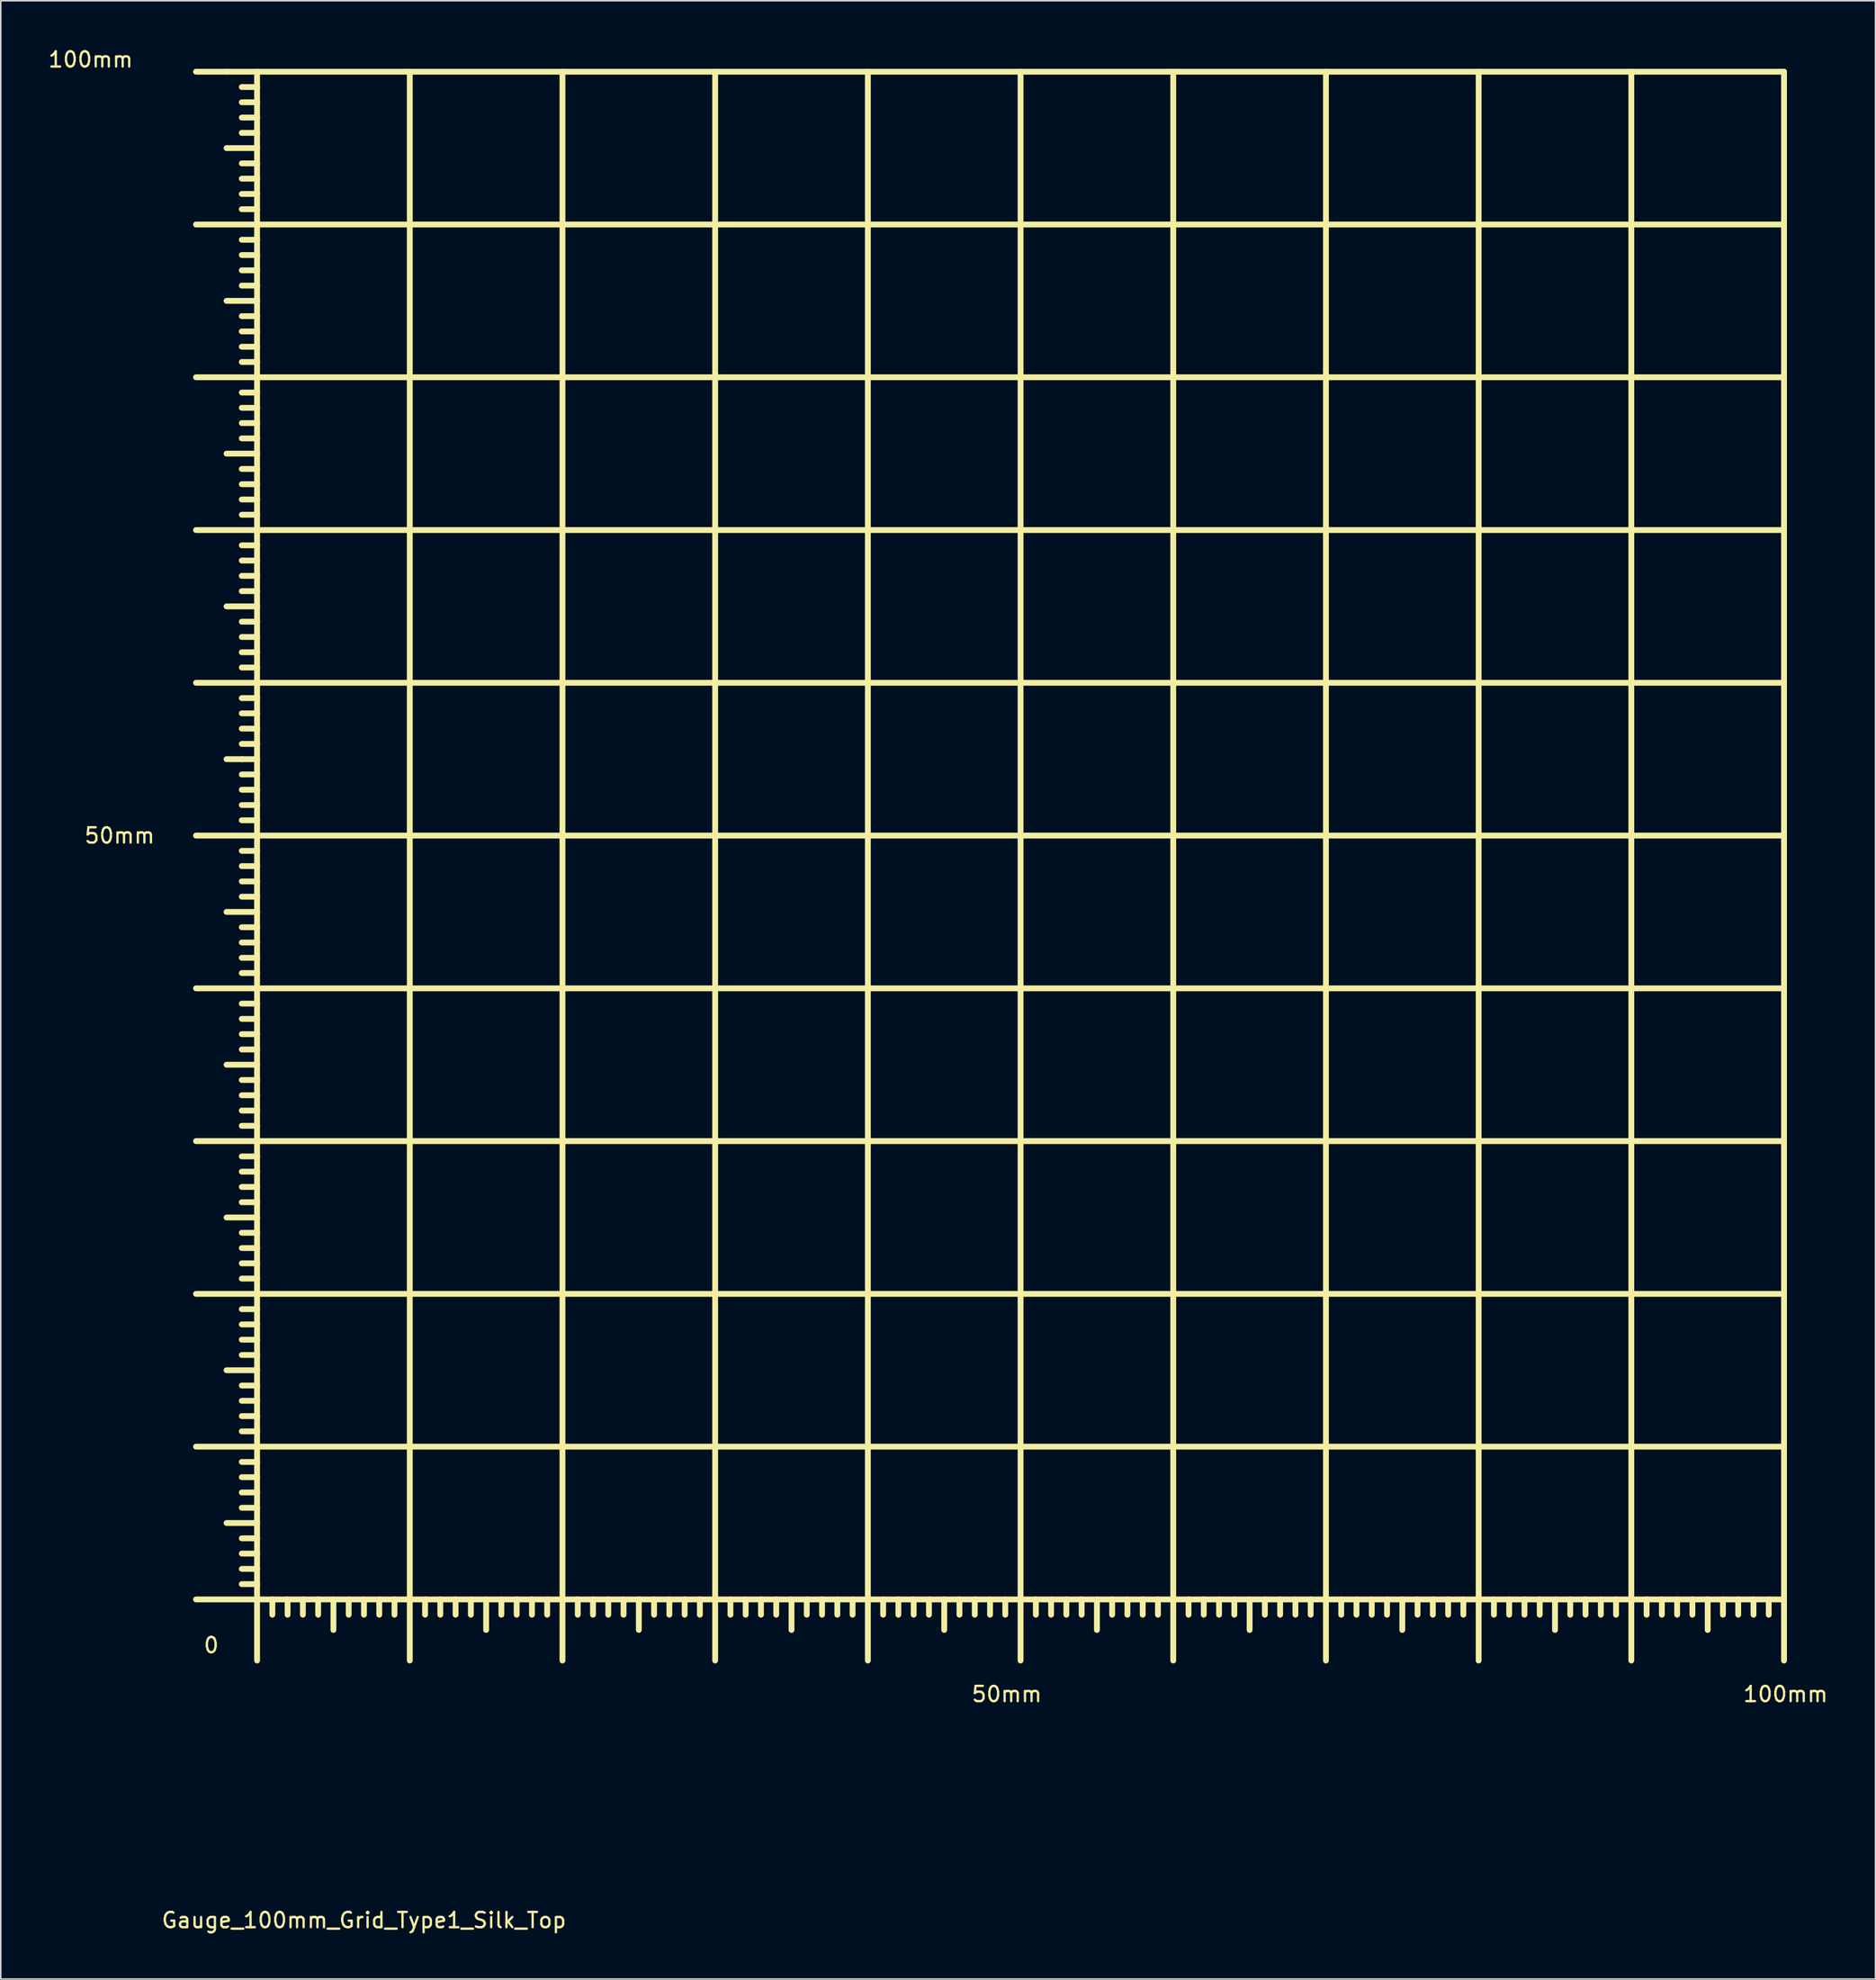
<source format=kicad_pcb>
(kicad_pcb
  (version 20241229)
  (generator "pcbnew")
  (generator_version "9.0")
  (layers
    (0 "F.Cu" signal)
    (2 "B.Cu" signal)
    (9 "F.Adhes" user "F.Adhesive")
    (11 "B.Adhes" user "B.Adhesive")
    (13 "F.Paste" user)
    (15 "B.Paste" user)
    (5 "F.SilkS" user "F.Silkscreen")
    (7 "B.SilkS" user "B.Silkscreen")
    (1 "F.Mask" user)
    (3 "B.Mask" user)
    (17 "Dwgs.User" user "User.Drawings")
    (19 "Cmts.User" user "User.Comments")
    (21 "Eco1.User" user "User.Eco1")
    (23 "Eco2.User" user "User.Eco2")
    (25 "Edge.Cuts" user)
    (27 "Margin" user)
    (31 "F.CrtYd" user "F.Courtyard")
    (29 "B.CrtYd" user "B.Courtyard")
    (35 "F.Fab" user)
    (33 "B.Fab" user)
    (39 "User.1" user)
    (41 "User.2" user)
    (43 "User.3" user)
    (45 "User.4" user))
  (footprint "Gauge_100mm_Grid_Type1_Silk_Top"
    (layer "F.Cu")
    (at 13.786 101.646)
    (property "Reference" "Gauge_100mm_Grid_Type1_Silk_Top" (at 7 21.001 0) (layer "F.SilkS") (effects (font (size 1 1) (thickness 0.15))))
    (attr through_hole)
    (fp_line (start -1.999 -100) (end -4 -100) (stroke (width 0.381) (type solid)) (layer "F.SilkS"))
    (fp_line (start -1.001 -55.001) (end -1.999 -55.001) (stroke (width 0.381) (type solid)) (layer "F.SilkS"))
    (fp_line (start 0 -100) (end -1.999 -100) (stroke (width 0.381) (type solid)) (layer "F.SilkS"))
    (fp_line (start 0 -100) (end 100 -100) (stroke (width 0.381) (type solid)) (layer "F.SilkS"))
    (fp_line (start 0 -98.999) (end -1.001 -98.999) (stroke (width 0.381) (type solid)) (layer "F.SilkS"))
    (fp_line (start 0 -98.001) (end -1.001 -98.001) (stroke (width 0.381) (type solid)) (layer "F.SilkS"))
    (fp_line (start 0 -97) (end -1.001 -97) (stroke (width 0.381) (type solid)) (layer "F.SilkS"))
    (fp_line (start 0 -95.999) (end -1.001 -95.999) (stroke (width 0.381) (type solid)) (layer "F.SilkS"))
    (fp_line (start 0 -95.001) (end -1.999 -95.001) (stroke (width 0.381) (type solid)) (layer "F.SilkS"))
    (fp_line (start 0 -94) (end -1.001 -94) (stroke (width 0.381) (type solid)) (layer "F.SilkS"))
    (fp_line (start 0 -93) (end -1.001 -93) (stroke (width 0.381) (type solid)) (layer "F.SilkS"))
    (fp_line (start 0 -91.999) (end -1.001 -91.999) (stroke (width 0.381) (type solid)) (layer "F.SilkS"))
    (fp_line (start 0 -91.001) (end -1.001 -91.001) (stroke (width 0.381) (type solid)) (layer "F.SilkS"))
    (fp_line (start 0 -90) (end -4 -90) (stroke (width 0.381) (type solid)) (layer "F.SilkS"))
    (fp_line (start 0 -90) (end 100 -90) (stroke (width 0.381) (type solid)) (layer "F.SilkS"))
    (fp_line (start 0 -88.999) (end -1.001 -88.999) (stroke (width 0.381) (type solid)) (layer "F.SilkS"))
    (fp_line (start 0 -88.001) (end -1.001 -88.001) (stroke (width 0.381) (type solid)) (layer "F.SilkS"))
    (fp_line (start 0 -87) (end -1.001 -87) (stroke (width 0.381) (type solid)) (layer "F.SilkS"))
    (fp_line (start 0 -85.999) (end -1.001 -85.999) (stroke (width 0.381) (type solid)) (layer "F.SilkS"))
    (fp_line (start 0 -85.001) (end -1.999 -85.001) (stroke (width 0.381) (type solid)) (layer "F.SilkS"))
    (fp_line (start 0 -84) (end -1.001 -84) (stroke (width 0.381) (type solid)) (layer "F.SilkS"))
    (fp_line (start 0 -83) (end -1.001 -83) (stroke (width 0.381) (type solid)) (layer "F.SilkS"))
    (fp_line (start 0 -81.999) (end -1.001 -81.999) (stroke (width 0.381) (type solid)) (layer "F.SilkS"))
    (fp_line (start 0 -81.001) (end -1.001 -81.001) (stroke (width 0.381) (type solid)) (layer "F.SilkS"))
    (fp_line (start 0 -80) (end -4 -80) (stroke (width 0.381) (type solid)) (layer "F.SilkS"))
    (fp_line (start 0 -80) (end 100 -80) (stroke (width 0.381) (type solid)) (layer "F.SilkS"))
    (fp_line (start 0 -78.999) (end -1.001 -78.999) (stroke (width 0.381) (type solid)) (layer "F.SilkS"))
    (fp_line (start 0 -78.001) (end -1.001 -78.001) (stroke (width 0.381) (type solid)) (layer "F.SilkS"))
    (fp_line (start 0 -77) (end -1.001 -77) (stroke (width 0.381) (type solid)) (layer "F.SilkS"))
    (fp_line (start 0 -75.999) (end -1.001 -75.999) (stroke (width 0.381) (type solid)) (layer "F.SilkS"))
    (fp_line (start 0 -75.001) (end -1.999 -75.001) (stroke (width 0.381) (type solid)) (layer "F.SilkS"))
    (fp_line (start 0 -74) (end -1.001 -74) (stroke (width 0.381) (type solid)) (layer "F.SilkS"))
    (fp_line (start 0 -73) (end -1.001 -73) (stroke (width 0.381) (type solid)) (layer "F.SilkS"))
    (fp_line (start 0 -71.999) (end -1.001 -71.999) (stroke (width 0.381) (type solid)) (layer "F.SilkS"))
    (fp_line (start 0 -71.001) (end -1.001 -71.001) (stroke (width 0.381) (type solid)) (layer "F.SilkS"))
    (fp_line (start 0 -70) (end -4 -70) (stroke (width 0.381) (type solid)) (layer "F.SilkS"))
    (fp_line (start 0 -70) (end 100 -70) (stroke (width 0.381) (type solid)) (layer "F.SilkS"))
    (fp_line (start 0 -68.999) (end -1.001 -68.999) (stroke (width 0.381) (type solid)) (layer "F.SilkS"))
    (fp_line (start 0 -68.001) (end -1.001 -68.001) (stroke (width 0.381) (type solid)) (layer "F.SilkS"))
    (fp_line (start 0 -67) (end -1.001 -67) (stroke (width 0.381) (type solid)) (layer "F.SilkS"))
    (fp_line (start 0 -65.999) (end -1.001 -65.999) (stroke (width 0.381) (type solid)) (layer "F.SilkS"))
    (fp_line (start 0 -65.001) (end -1.999 -65.001) (stroke (width 0.381) (type solid)) (layer "F.SilkS"))
    (fp_line (start 0 -64) (end -1.001 -64) (stroke (width 0.381) (type solid)) (layer "F.SilkS"))
    (fp_line (start 0 -63) (end -1.001 -63) (stroke (width 0.381) (type solid)) (layer "F.SilkS"))
    (fp_line (start 0 -61.999) (end -1.001 -61.999) (stroke (width 0.381) (type solid)) (layer "F.SilkS"))
    (fp_line (start 0 -61.001) (end -1.001 -61.001) (stroke (width 0.381) (type solid)) (layer "F.SilkS"))
    (fp_line (start 0 -60) (end -4 -60) (stroke (width 0.381) (type solid)) (layer "F.SilkS"))
    (fp_line (start 0 -60) (end 100 -60) (stroke (width 0.381) (type solid)) (layer "F.SilkS"))
    (fp_line (start 0 -58.999) (end -1.001 -58.999) (stroke (width 0.381) (type solid)) (layer "F.SilkS"))
    (fp_line (start 0 -58.001) (end -1.001 -58.001) (stroke (width 0.381) (type solid)) (layer "F.SilkS"))
    (fp_line (start 0 -57) (end -1.001 -57) (stroke (width 0.381) (type solid)) (layer "F.SilkS"))
    (fp_line (start 0 -55.999) (end -1.001 -55.999) (stroke (width 0.381) (type solid)) (layer "F.SilkS"))
    (fp_line (start 0 -55.001) (end -1.001 -55.001) (stroke (width 0.381) (type solid)) (layer "F.SilkS"))
    (fp_line (start 0 -54) (end -1.001 -54) (stroke (width 0.381) (type solid)) (layer "F.SilkS"))
    (fp_line (start 0 -53) (end -1.001 -53) (stroke (width 0.381) (type solid)) (layer "F.SilkS"))
    (fp_line (start 0 -51.999) (end -1.001 -51.999) (stroke (width 0.381) (type solid)) (layer "F.SilkS"))
    (fp_line (start 0 -51.001) (end -1.001 -51.001) (stroke (width 0.381) (type solid)) (layer "F.SilkS"))
    (fp_line (start 0 -50) (end -4 -50) (stroke (width 0.381) (type solid)) (layer "F.SilkS"))
    (fp_line (start 0 -50) (end 100 -50) (stroke (width 0.381) (type solid)) (layer "F.SilkS"))
    (fp_line (start 0 -48.999) (end -1.001 -48.999) (stroke (width 0.381) (type solid)) (layer "F.SilkS"))
    (fp_line (start 0 -48.001) (end -1.001 -48.001) (stroke (width 0.381) (type solid)) (layer "F.SilkS"))
    (fp_line (start 0 -47) (end -1.001 -47) (stroke (width 0.381) (type solid)) (layer "F.SilkS"))
    (fp_line (start 0 -45.999) (end -1.001 -45.999) (stroke (width 0.381) (type solid)) (layer "F.SilkS"))
    (fp_line (start 0 -45.001) (end -1.999 -45.001) (stroke (width 0.381) (type solid)) (layer "F.SilkS"))
    (fp_line (start 0 -44) (end -1.001 -44) (stroke (width 0.381) (type solid)) (layer "F.SilkS"))
    (fp_line (start 0 -43) (end -1.001 -43) (stroke (width 0.381) (type solid)) (layer "F.SilkS"))
    (fp_line (start 0 -41.999) (end -1.001 -41.999) (stroke (width 0.381) (type solid)) (layer "F.SilkS"))
    (fp_line (start 0 -41.001) (end -1.001 -41.001) (stroke (width 0.381) (type solid)) (layer "F.SilkS"))
    (fp_line (start 0 -40) (end -4 -40) (stroke (width 0.381) (type solid)) (layer "F.SilkS"))
    (fp_line (start 0 -40) (end 100 -40) (stroke (width 0.381) (type solid)) (layer "F.SilkS"))
    (fp_line (start 0 -38.999) (end -1.001 -38.999) (stroke (width 0.381) (type solid)) (layer "F.SilkS"))
    (fp_line (start 0 -38.001) (end -1.001 -38.001) (stroke (width 0.381) (type solid)) (layer "F.SilkS"))
    (fp_line (start 0 -37) (end -1.001 -37) (stroke (width 0.381) (type solid)) (layer "F.SilkS"))
    (fp_line (start 0 -35.999) (end -1.001 -35.999) (stroke (width 0.381) (type solid)) (layer "F.SilkS"))
    (fp_line (start 0 -35.001) (end -1.999 -35.001) (stroke (width 0.381) (type solid)) (layer "F.SilkS"))
    (fp_line (start 0 -34) (end -1.001 -34) (stroke (width 0.381) (type solid)) (layer "F.SilkS"))
    (fp_line (start 0 -33) (end -1.001 -33) (stroke (width 0.381) (type solid)) (layer "F.SilkS"))
    (fp_line (start 0 -31.999) (end -1.001 -31.999) (stroke (width 0.381) (type solid)) (layer "F.SilkS"))
    (fp_line (start 0 -31.001) (end -1.001 -31.001) (stroke (width 0.381) (type solid)) (layer "F.SilkS"))
    (fp_line (start 0 -30) (end -4 -30) (stroke (width 0.381) (type solid)) (layer "F.SilkS"))
    (fp_line (start 0 -30) (end 100 -30) (stroke (width 0.381) (type solid)) (layer "F.SilkS"))
    (fp_line (start 0 -28.999) (end -1.001 -28.999) (stroke (width 0.381) (type solid)) (layer "F.SilkS"))
    (fp_line (start 0 -28.001) (end -1.001 -28.001) (stroke (width 0.381) (type solid)) (layer "F.SilkS"))
    (fp_line (start 0 -27) (end -1.001 -27) (stroke (width 0.381) (type solid)) (layer "F.SilkS"))
    (fp_line (start 0 -25.999) (end -1.001 -25.999) (stroke (width 0.381) (type solid)) (layer "F.SilkS"))
    (fp_line (start 0 -25.001) (end -1.999 -25.001) (stroke (width 0.381) (type solid)) (layer "F.SilkS"))
    (fp_line (start 0 -24) (end -1.001 -24) (stroke (width 0.381) (type solid)) (layer "F.SilkS"))
    (fp_line (start 0 -23) (end -1.001 -23) (stroke (width 0.381) (type solid)) (layer "F.SilkS"))
    (fp_line (start 0 -21.999) (end -1.001 -21.999) (stroke (width 0.381) (type solid)) (layer "F.SilkS"))
    (fp_line (start 0 -21.001) (end -1.001 -21.001) (stroke (width 0.381) (type solid)) (layer "F.SilkS"))
    (fp_line (start 0 -20) (end -4 -20) (stroke (width 0.381) (type solid)) (layer "F.SilkS"))
    (fp_line (start 0 -20) (end 100 -20) (stroke (width 0.381) (type solid)) (layer "F.SilkS"))
    (fp_line (start 0 -18.999) (end -1.001 -18.999) (stroke (width 0.381) (type solid)) (layer "F.SilkS"))
    (fp_line (start 0 -18.001) (end -1.001 -18.001) (stroke (width 0.381) (type solid)) (layer "F.SilkS"))
    (fp_line (start 0 -17) (end -1.001 -17) (stroke (width 0.381) (type solid)) (layer "F.SilkS"))
    (fp_line (start 0 -15.999) (end -1.001 -15.999) (stroke (width 0.381) (type solid)) (layer "F.SilkS"))
    (fp_line (start 0 -15.001) (end -1.999 -15.001) (stroke (width 0.381) (type solid)) (layer "F.SilkS"))
    (fp_line (start 0 -14) (end -1.001 -14) (stroke (width 0.381) (type solid)) (layer "F.SilkS"))
    (fp_line (start 0 -13) (end -1.001 -13) (stroke (width 0.381) (type solid)) (layer "F.SilkS"))
    (fp_line (start 0 -11.999) (end -1.001 -11.999) (stroke (width 0.381) (type solid)) (layer "F.SilkS"))
    (fp_line (start 0 -11.001) (end -1.001 -11.001) (stroke (width 0.381) (type solid)) (layer "F.SilkS"))
    (fp_line (start 0 -10) (end -4 -10) (stroke (width 0.381) (type solid)) (layer "F.SilkS"))
    (fp_line (start 0 -10) (end 100 -10) (stroke (width 0.381) (type solid)) (layer "F.SilkS"))
    (fp_line (start 0 -8.999) (end -1.001 -8.999) (stroke (width 0.381) (type solid)) (layer "F.SilkS"))
    (fp_line (start 0 -8.001) (end -1.001 -8.001) (stroke (width 0.381) (type solid)) (layer "F.SilkS"))
    (fp_line (start 0 -7) (end -1.001 -7) (stroke (width 0.381) (type solid)) (layer "F.SilkS"))
    (fp_line (start 0 -5.999) (end -1.001 -5.999) (stroke (width 0.381) (type solid)) (layer "F.SilkS"))
    (fp_line (start 0 -5.001) (end -1.999 -5.001) (stroke (width 0.381) (type solid)) (layer "F.SilkS"))
    (fp_line (start 0 -4) (end -1.001 -4) (stroke (width 0.381) (type solid)) (layer "F.SilkS"))
    (fp_line (start 0 -3) (end -1.001 -3) (stroke (width 0.381) (type solid)) (layer "F.SilkS"))
    (fp_line (start 0 -1.999) (end -1.001 -1.999) (stroke (width 0.381) (type solid)) (layer "F.SilkS"))
    (fp_line (start 0 -1.001) (end -1.001 -1.001) (stroke (width 0.381) (type solid)) (layer "F.SilkS"))
    (fp_line (start 0 0) (end -4 0) (stroke (width 0.381) (type solid)) (layer "F.SilkS"))
    (fp_line (start 0 0) (end 0 -100) (stroke (width 0.381) (type solid)) (layer "F.SilkS"))
    (fp_line (start 0 0) (end 0 4) (stroke (width 0.381) (type solid)) (layer "F.SilkS"))
    (fp_line (start 0 0) (end 100 0) (stroke (width 0.381) (type solid)) (layer "F.SilkS"))
    (fp_line (start 1.001 0) (end 1.001 1.001) (stroke (width 0.381) (type solid)) (layer "F.SilkS"))
    (fp_line (start 1.999 0) (end 1.999 1.001) (stroke (width 0.381) (type solid)) (layer "F.SilkS"))
    (fp_line (start 3 0) (end 3 1.001) (stroke (width 0.381) (type solid)) (layer "F.SilkS"))
    (fp_line (start 4 0) (end 4 1.001) (stroke (width 0.381) (type solid)) (layer "F.SilkS"))
    (fp_line (start 5.001 0) (end 5.001 1.999) (stroke (width 0.381) (type solid)) (layer "F.SilkS"))
    (fp_line (start 5.999 0) (end 5.999 1.001) (stroke (width 0.381) (type solid)) (layer "F.SilkS"))
    (fp_line (start 7 0) (end 7 1.001) (stroke (width 0.381) (type solid)) (layer "F.SilkS"))
    (fp_line (start 8.001 0) (end 8.001 1.001) (stroke (width 0.381) (type solid)) (layer "F.SilkS"))
    (fp_line (start 8.999 0) (end 8.999 1.001) (stroke (width 0.381) (type solid)) (layer "F.SilkS"))
    (fp_line (start 10 0) (end 10 -100) (stroke (width 0.381) (type solid)) (layer "F.SilkS"))
    (fp_line (start 10 0) (end 10 4) (stroke (width 0.381) (type solid)) (layer "F.SilkS"))
    (fp_line (start 11.001 0) (end 11.001 1.001) (stroke (width 0.381) (type solid)) (layer "F.SilkS"))
    (fp_line (start 11.999 0) (end 11.999 1.001) (stroke (width 0.381) (type solid)) (layer "F.SilkS"))
    (fp_line (start 13 0) (end 13 1.001) (stroke (width 0.381) (type solid)) (layer "F.SilkS"))
    (fp_line (start 14 0) (end 14 1.001) (stroke (width 0.381) (type solid)) (layer "F.SilkS"))
    (fp_line (start 15.001 0) (end 15.001 1.999) (stroke (width 0.381) (type solid)) (layer "F.SilkS"))
    (fp_line (start 15.999 0) (end 15.999 1.001) (stroke (width 0.381) (type solid)) (layer "F.SilkS"))
    (fp_line (start 17 0) (end 17 1.001) (stroke (width 0.381) (type solid)) (layer "F.SilkS"))
    (fp_line (start 18.001 0) (end 18.001 1.001) (stroke (width 0.381) (type solid)) (layer "F.SilkS"))
    (fp_line (start 18.999 0) (end 18.999 1.001) (stroke (width 0.381) (type solid)) (layer "F.SilkS"))
    (fp_line (start 20 0) (end 20 -100) (stroke (width 0.381) (type solid)) (layer "F.SilkS"))
    (fp_line (start 20 0) (end 20 4) (stroke (width 0.381) (type solid)) (layer "F.SilkS"))
    (fp_line (start 21.001 0) (end 21.001 1.001) (stroke (width 0.381) (type solid)) (layer "F.SilkS"))
    (fp_line (start 21.999 0) (end 21.999 1.001) (stroke (width 0.381) (type solid)) (layer "F.SilkS"))
    (fp_line (start 23 0) (end 23 1.001) (stroke (width 0.381) (type solid)) (layer "F.SilkS"))
    (fp_line (start 24 0) (end 24 1.001) (stroke (width 0.381) (type solid)) (layer "F.SilkS"))
    (fp_line (start 25.001 0) (end 25.001 1.999) (stroke (width 0.381) (type solid)) (layer "F.SilkS"))
    (fp_line (start 25.999 0) (end 25.999 1.001) (stroke (width 0.381) (type solid)) (layer "F.SilkS"))
    (fp_line (start 27 0) (end 27 1.001) (stroke (width 0.381) (type solid)) (layer "F.SilkS"))
    (fp_line (start 28.001 0) (end 28.001 1.001) (stroke (width 0.381) (type solid)) (layer "F.SilkS"))
    (fp_line (start 28.999 0) (end 28.999 1.001) (stroke (width 0.381) (type solid)) (layer "F.SilkS"))
    (fp_line (start 30 0) (end 30 -100) (stroke (width 0.381) (type solid)) (layer "F.SilkS"))
    (fp_line (start 30 0) (end 30 4) (stroke (width 0.381) (type solid)) (layer "F.SilkS"))
    (fp_line (start 31.001 0) (end 31.001 1.001) (stroke (width 0.381) (type solid)) (layer "F.SilkS"))
    (fp_line (start 31.999 0) (end 31.999 1.001) (stroke (width 0.381) (type solid)) (layer "F.SilkS"))
    (fp_line (start 33 0) (end 33 1.001) (stroke (width 0.381) (type solid)) (layer "F.SilkS"))
    (fp_line (start 34 0) (end 34 1.001) (stroke (width 0.381) (type solid)) (layer "F.SilkS"))
    (fp_line (start 35.001 0) (end 35.001 1.999) (stroke (width 0.381) (type solid)) (layer "F.SilkS"))
    (fp_line (start 35.999 0) (end 35.999 1.001) (stroke (width 0.381) (type solid)) (layer "F.SilkS"))
    (fp_line (start 37 0) (end 37 1.001) (stroke (width 0.381) (type solid)) (layer "F.SilkS"))
    (fp_line (start 38.001 0) (end 38.001 1.001) (stroke (width 0.381) (type solid)) (layer "F.SilkS"))
    (fp_line (start 38.999 0) (end 38.999 1.001) (stroke (width 0.381) (type solid)) (layer "F.SilkS"))
    (fp_line (start 40 0) (end 40 -100) (stroke (width 0.381) (type solid)) (layer "F.SilkS"))
    (fp_line (start 40 0) (end 40 4) (stroke (width 0.381) (type solid)) (layer "F.SilkS"))
    (fp_line (start 41.001 0) (end 41.001 1.001) (stroke (width 0.381) (type solid)) (layer "F.SilkS"))
    (fp_line (start 41.999 0) (end 41.999 1.001) (stroke (width 0.381) (type solid)) (layer "F.SilkS"))
    (fp_line (start 43 0) (end 43 1.001) (stroke (width 0.381) (type solid)) (layer "F.SilkS"))
    (fp_line (start 44 0) (end 44 1.001) (stroke (width 0.381) (type solid)) (layer "F.SilkS"))
    (fp_line (start 45.001 0) (end 45.001 1.999) (stroke (width 0.381) (type solid)) (layer "F.SilkS"))
    (fp_line (start 45.999 0) (end 45.999 1.001) (stroke (width 0.381) (type solid)) (layer "F.SilkS"))
    (fp_line (start 47 0) (end 47 1.001) (stroke (width 0.381) (type solid)) (layer "F.SilkS"))
    (fp_line (start 48.001 0) (end 48.001 1.001) (stroke (width 0.381) (type solid)) (layer "F.SilkS"))
    (fp_line (start 48.999 0) (end 48.999 1.001) (stroke (width 0.381) (type solid)) (layer "F.SilkS"))
    (fp_line (start 50 0) (end 50 -100) (stroke (width 0.381) (type solid)) (layer "F.SilkS"))
    (fp_line (start 50 0) (end 50 4) (stroke (width 0.381) (type solid)) (layer "F.SilkS"))
    (fp_line (start 51.001 0) (end 51.001 1.001) (stroke (width 0.381) (type solid)) (layer "F.SilkS"))
    (fp_line (start 51.999 0) (end 51.999 1.001) (stroke (width 0.381) (type solid)) (layer "F.SilkS"))
    (fp_line (start 53 0) (end 53 1.001) (stroke (width 0.381) (type solid)) (layer "F.SilkS"))
    (fp_line (start 54 0) (end 54 1.001) (stroke (width 0.381) (type solid)) (layer "F.SilkS"))
    (fp_line (start 55.001 0) (end 55.001 1.999) (stroke (width 0.381) (type solid)) (layer "F.SilkS"))
    (fp_line (start 55.999 0) (end 55.999 1.001) (stroke (width 0.381) (type solid)) (layer "F.SilkS"))
    (fp_line (start 57 0) (end 57 1.001) (stroke (width 0.381) (type solid)) (layer "F.SilkS"))
    (fp_line (start 58.001 0) (end 58.001 1.001) (stroke (width 0.381) (type solid)) (layer "F.SilkS"))
    (fp_line (start 58.999 0) (end 58.999 1.001) (stroke (width 0.381) (type solid)) (layer "F.SilkS"))
    (fp_line (start 60 -100) (end 60 0) (stroke (width 0.381) (type solid)) (layer "F.SilkS"))
    (fp_line (start 60 0) (end 60 4) (stroke (width 0.381) (type solid)) (layer "F.SilkS"))
    (fp_line (start 61.001 0) (end 61.001 1.001) (stroke (width 0.381) (type solid)) (layer "F.SilkS"))
    (fp_line (start 61.999 0) (end 61.999 1.001) (stroke (width 0.381) (type solid)) (layer "F.SilkS"))
    (fp_line (start 63 0) (end 63 1.001) (stroke (width 0.381) (type solid)) (layer "F.SilkS"))
    (fp_line (start 64 0) (end 64 1.001) (stroke (width 0.381) (type solid)) (layer "F.SilkS"))
    (fp_line (start 65.001 0) (end 65.001 1.999) (stroke (width 0.381) (type solid)) (layer "F.SilkS"))
    (fp_line (start 65.999 0) (end 65.999 1.001) (stroke (width 0.381) (type solid)) (layer "F.SilkS"))
    (fp_line (start 67 0) (end 67 1.001) (stroke (width 0.381) (type solid)) (layer "F.SilkS"))
    (fp_line (start 68.001 0) (end 68.001 1.001) (stroke (width 0.381) (type solid)) (layer "F.SilkS"))
    (fp_line (start 68.999 0) (end 68.999 1.001) (stroke (width 0.381) (type solid)) (layer "F.SilkS"))
    (fp_line (start 70 0) (end 70 -100) (stroke (width 0.381) (type solid)) (layer "F.SilkS"))
    (fp_line (start 70 0) (end 70 4) (stroke (width 0.381) (type solid)) (layer "F.SilkS"))
    (fp_line (start 71.001 0) (end 71.001 1.001) (stroke (width 0.381) (type solid)) (layer "F.SilkS"))
    (fp_line (start 71.999 0) (end 71.999 1.001) (stroke (width 0.381) (type solid)) (layer "F.SilkS"))
    (fp_line (start 73 0) (end 73 1.001) (stroke (width 0.381) (type solid)) (layer "F.SilkS"))
    (fp_line (start 74 0) (end 74 1.001) (stroke (width 0.381) (type solid)) (layer "F.SilkS"))
    (fp_line (start 75.001 0) (end 75.001 1.999) (stroke (width 0.381) (type solid)) (layer "F.SilkS"))
    (fp_line (start 75.999 0) (end 75.999 1.001) (stroke (width 0.381) (type solid)) (layer "F.SilkS"))
    (fp_line (start 77 0) (end 77 1.001) (stroke (width 0.381) (type solid)) (layer "F.SilkS"))
    (fp_line (start 78.001 0) (end 78.001 1.001) (stroke (width 0.381) (type solid)) (layer "F.SilkS"))
    (fp_line (start 78.999 0) (end 78.999 1.001) (stroke (width 0.381) (type solid)) (layer "F.SilkS"))
    (fp_line (start 80 -100) (end 80 0) (stroke (width 0.381) (type solid)) (layer "F.SilkS"))
    (fp_line (start 80 0) (end 80 4) (stroke (width 0.381) (type solid)) (layer "F.SilkS"))
    (fp_line (start 81.001 0) (end 81.001 1.001) (stroke (width 0.381) (type solid)) (layer "F.SilkS"))
    (fp_line (start 81.999 0) (end 81.999 1.001) (stroke (width 0.381) (type solid)) (layer "F.SilkS"))
    (fp_line (start 83 0) (end 83 1.001) (stroke (width 0.381) (type solid)) (layer "F.SilkS"))
    (fp_line (start 84 0) (end 84 1.001) (stroke (width 0.381) (type solid)) (layer "F.SilkS"))
    (fp_line (start 85.001 0) (end 85.001 1.999) (stroke (width 0.381) (type solid)) (layer "F.SilkS"))
    (fp_line (start 85.999 0) (end 85.999 1.001) (stroke (width 0.381) (type solid)) (layer "F.SilkS"))
    (fp_line (start 87 0) (end 87 1.001) (stroke (width 0.381) (type solid)) (layer "F.SilkS"))
    (fp_line (start 88.001 0) (end 88.001 1.001) (stroke (width 0.381) (type solid)) (layer "F.SilkS"))
    (fp_line (start 88.999 0) (end 88.999 1.001) (stroke (width 0.381) (type solid)) (layer "F.SilkS"))
    (fp_line (start 90 0) (end 90 -100) (stroke (width 0.381) (type solid)) (layer "F.SilkS"))
    (fp_line (start 90 0) (end 90 4) (stroke (width 0.381) (type solid)) (layer "F.SilkS"))
    (fp_line (start 91.001 0) (end 91.001 1.001) (stroke (width 0.381) (type solid)) (layer "F.SilkS"))
    (fp_line (start 91.999 0) (end 91.999 1.001) (stroke (width 0.381) (type solid)) (layer "F.SilkS"))
    (fp_line (start 93 0) (end 93 1.001) (stroke (width 0.381) (type solid)) (layer "F.SilkS"))
    (fp_line (start 94 0) (end 94 1.001) (stroke (width 0.381) (type solid)) (layer "F.SilkS"))
    (fp_line (start 95.001 0) (end 95.001 1.999) (stroke (width 0.381) (type solid)) (layer "F.SilkS"))
    (fp_line (start 95.999 0) (end 95.999 1.001) (stroke (width 0.381) (type solid)) (layer "F.SilkS"))
    (fp_line (start 97 0) (end 97 1.001) (stroke (width 0.381) (type solid)) (layer "F.SilkS"))
    (fp_line (start 98.001 0) (end 98.001 1.001) (stroke (width 0.381) (type solid)) (layer "F.SilkS"))
    (fp_line (start 98.999 0) (end 98.999 1.001) (stroke (width 0.381) (type solid)) (layer "F.SilkS"))
    (fp_line (start 100 -100) (end 100 0) (stroke (width 0.381) (type solid)) (layer "F.SilkS"))
    (fp_line (start 100 0) (end 100 4) (stroke (width 0.381) (type solid)) (layer "F.SilkS"))
    (fp_text user "0" (at -3 3 0) (layer "F.SilkS") (effects (font (size 1 1) (thickness 0.15))))
    (fp_text user "100mm" (at 100.101 6.203 0) (layer "F.SilkS") (effects (font (size 1 1) (thickness 0.15))))
    (fp_text user "50mm" (at 49.101 6.203 0) (layer "F.SilkS") (effects (font (size 1 1) (thickness 0.15))))
    (fp_text user "50mm" (at -8.999 -50 0) (layer "F.SilkS") (effects (font (size 1 1) (thickness 0.15))))
    (fp_text user "100mm" (at -10.899 -100.797 0) (layer "F.SilkS") (effects (font (size 1 1) (thickness 0.15)))))
  (gr_rect
    (start -3 -3)
    (end 119.774 126.495)
    (stroke (width 0.1) (type default))
    (fill no)
    (layer "Edge.Cuts")))
</source>
